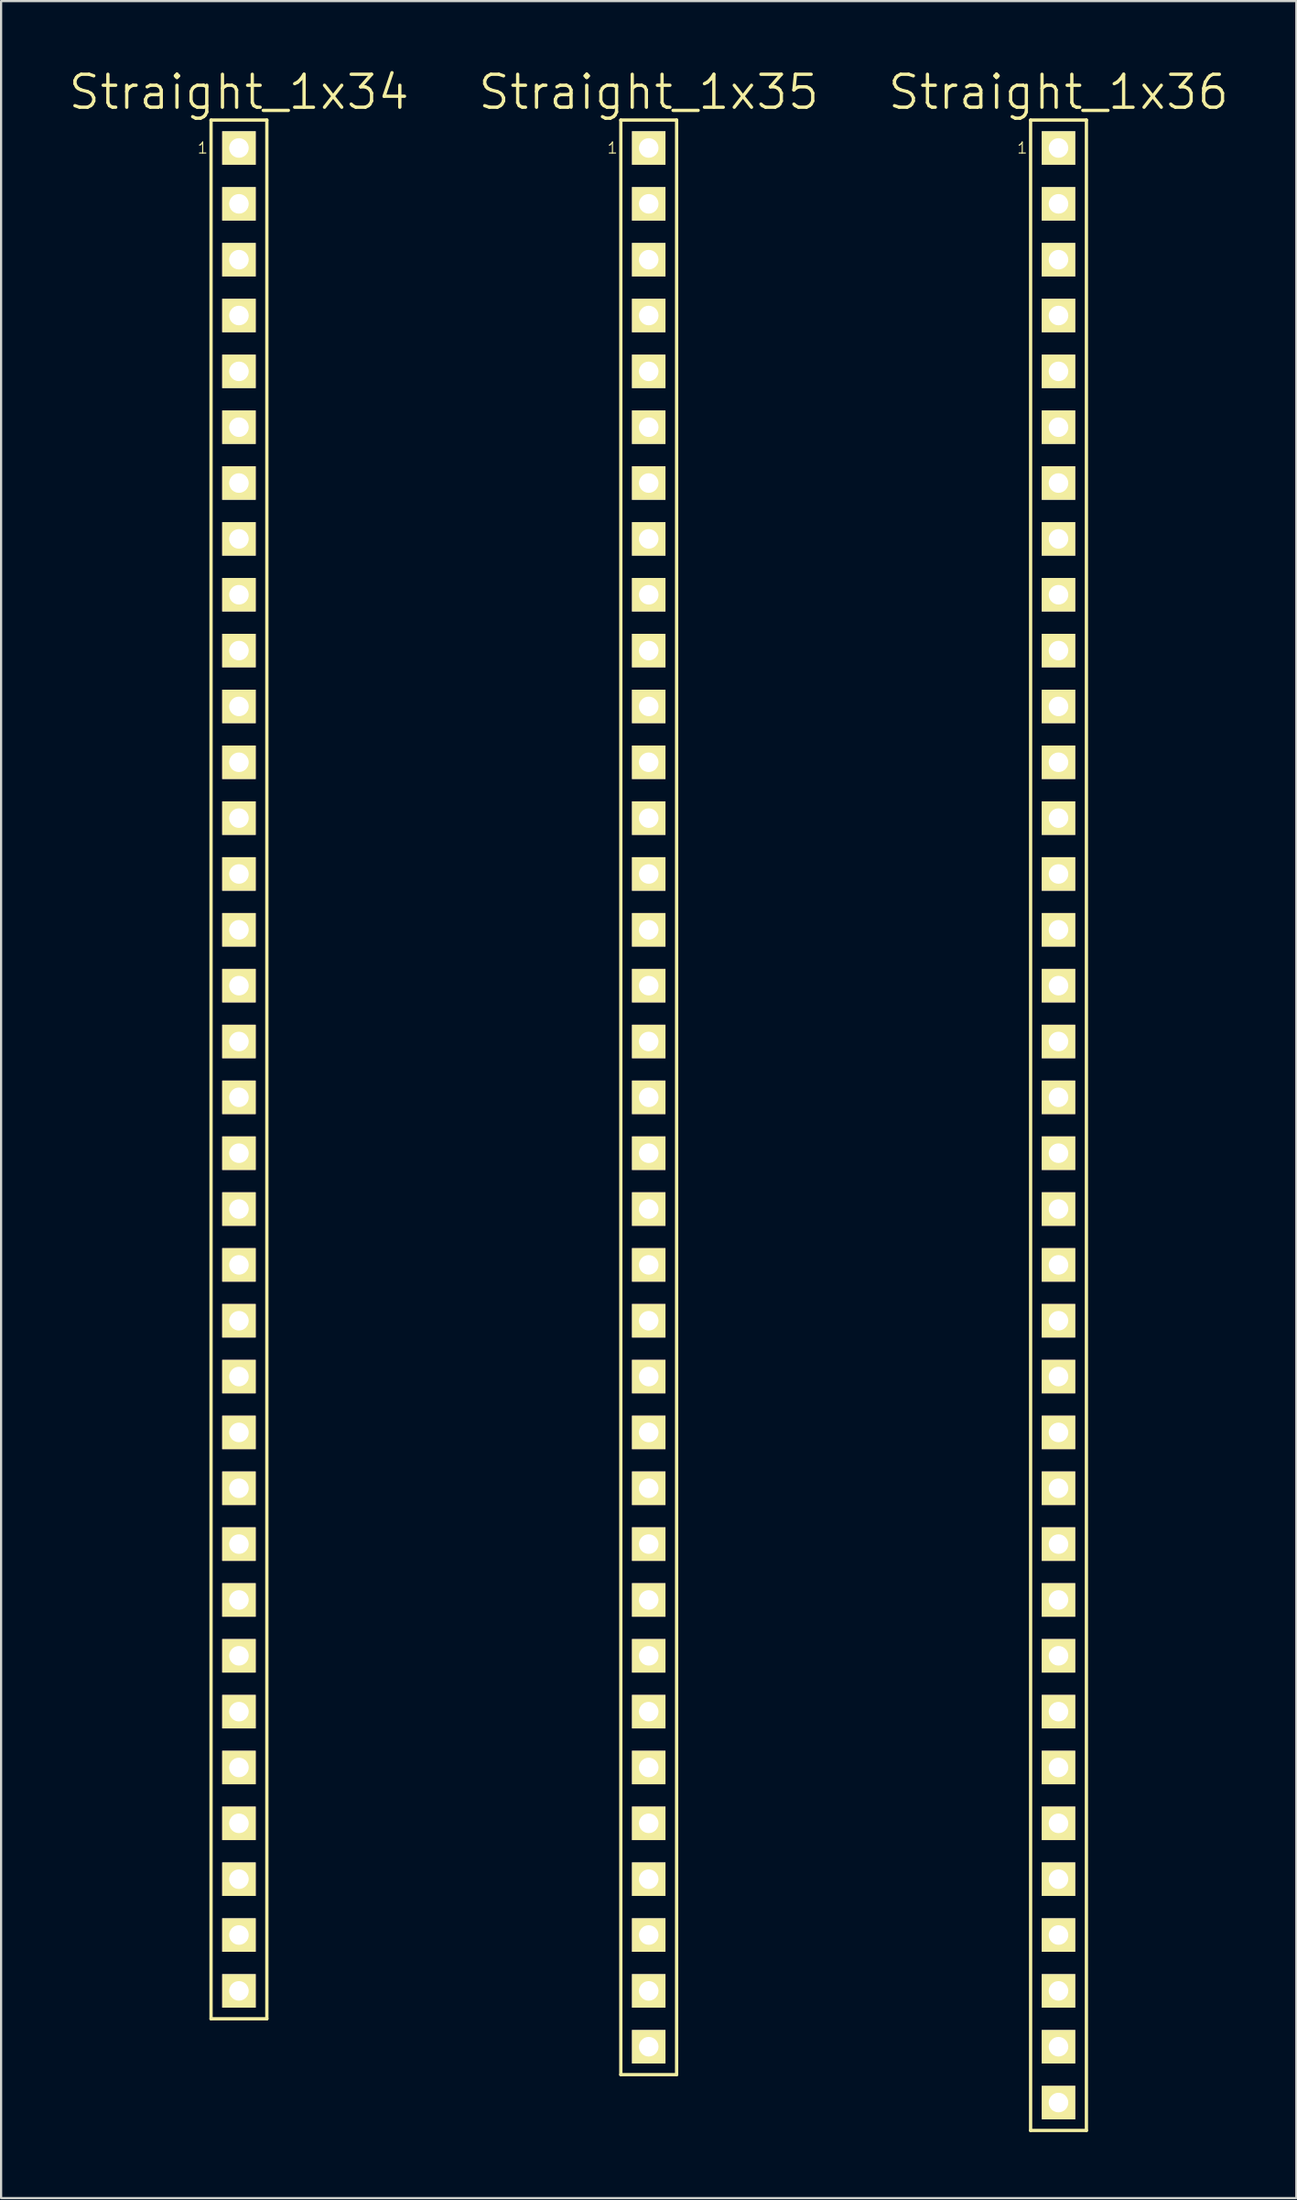
<source format=kicad_pcb>
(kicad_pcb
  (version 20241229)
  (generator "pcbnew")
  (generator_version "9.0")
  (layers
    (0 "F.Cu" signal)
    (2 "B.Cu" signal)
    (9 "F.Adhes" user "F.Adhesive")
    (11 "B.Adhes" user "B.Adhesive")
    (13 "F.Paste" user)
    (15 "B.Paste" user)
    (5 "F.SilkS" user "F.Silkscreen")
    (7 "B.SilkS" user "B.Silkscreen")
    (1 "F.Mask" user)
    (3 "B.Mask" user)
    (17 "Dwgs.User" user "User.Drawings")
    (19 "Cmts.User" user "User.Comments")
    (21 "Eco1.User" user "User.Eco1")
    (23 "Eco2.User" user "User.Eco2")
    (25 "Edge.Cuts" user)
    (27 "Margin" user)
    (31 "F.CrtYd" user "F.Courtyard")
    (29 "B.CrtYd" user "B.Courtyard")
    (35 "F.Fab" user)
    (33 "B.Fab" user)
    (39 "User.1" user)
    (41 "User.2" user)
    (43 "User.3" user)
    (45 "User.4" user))
  (footprint "Straight_1x35"
    (layer "F.Cu")
    (at 26.475 46.861)
    (property "Reference" "Straight_1x35" (at 0 -45.72 0) (layer "F.SilkS") (effects (font (size 1.5 1.5) (thickness 0.15))))
    (attr through_hole)
    (fp_line (start -1.27 -44.45) (end 1.27 -44.45) (stroke (width 0.15) (type solid)) (layer "F.SilkS"))
    (fp_line (start -1.27 44.45) (end -1.27 -44.45) (stroke (width 0.15) (type solid)) (layer "F.SilkS"))
    (fp_line (start 1.27 -44.45) (end 1.27 44.45) (stroke (width 0.15) (type solid)) (layer "F.SilkS"))
    (fp_line (start 1.27 44.45) (end -1.27 44.45) (stroke (width 0.15) (type solid)) (layer "F.SilkS"))
    (fp_text user "1" (at -1.651 -43.18 0) (layer "F.SilkS") (effects (font (size 0.5 0.5) (thickness 0.05))))
    (pad "1" thru_hole rect (at 0 -43.18) (size 1.524 1.524) (drill 0.889) (layers "*.Cu" "*.Mask" "F.SilkS"))
    (pad "2" thru_hole rect (at 0 -40.64) (size 1.524 1.524) (drill 0.889) (layers "*.Cu" "*.Mask" "F.SilkS"))
    (pad "3" thru_hole rect (at 0 -38.1) (size 1.524 1.524) (drill 0.889) (layers "*.Cu" "*.Mask" "F.SilkS"))
    (pad "4" thru_hole rect (at 0 -35.56) (size 1.524 1.524) (drill 0.889) (layers "*.Cu" "*.Mask" "F.SilkS"))
    (pad "5" thru_hole rect (at 0 -33.02) (size 1.524 1.524) (drill 0.889) (layers "*.Cu" "*.Mask" "F.SilkS"))
    (pad "6" thru_hole rect (at 0 -30.48) (size 1.524 1.524) (drill 0.889) (layers "*.Cu" "*.Mask" "F.SilkS"))
    (pad "7" thru_hole rect (at 0 -27.94) (size 1.524 1.524) (drill 0.889) (layers "*.Cu" "*.Mask" "F.SilkS"))
    (pad "8" thru_hole rect (at 0 -25.4) (size 1.524 1.524) (drill 0.889) (layers "*.Cu" "*.Mask" "F.SilkS"))
    (pad "9" thru_hole rect (at 0 -22.86) (size 1.524 1.524) (drill 0.889) (layers "*.Cu" "*.Mask" "F.SilkS"))
    (pad "10" thru_hole rect (at 0 -20.32) (size 1.524 1.524) (drill 0.889) (layers "*.Cu" "*.Mask" "F.SilkS"))
    (pad "11" thru_hole rect (at 0 -17.78) (size 1.524 1.524) (drill 0.889) (layers "*.Cu" "*.Mask" "F.SilkS"))
    (pad "12" thru_hole rect (at 0 -15.24) (size 1.524 1.524) (drill 0.889) (layers "*.Cu" "*.Mask" "F.SilkS"))
    (pad "13" thru_hole rect (at 0 -12.7) (size 1.524 1.524) (drill 0.889) (layers "*.Cu" "*.Mask" "F.SilkS"))
    (pad "14" thru_hole rect (at 0 -10.16) (size 1.524 1.524) (drill 0.889) (layers "*.Cu" "*.Mask" "F.SilkS"))
    (pad "15" thru_hole rect (at 0 -7.62) (size 1.524 1.524) (drill 0.889) (layers "*.Cu" "*.Mask" "F.SilkS"))
    (pad "16" thru_hole rect (at 0 -5.08) (size 1.524 1.524) (drill 0.889) (layers "*.Cu" "*.Mask" "F.SilkS"))
    (pad "17" thru_hole rect (at 0 -2.54) (size 1.524 1.524) (drill 0.889) (layers "*.Cu" "*.Mask" "F.SilkS"))
    (pad "18" thru_hole rect (at 0 0) (size 1.524 1.524) (drill 0.889) (layers "*.Cu" "*.Mask" "F.SilkS"))
    (pad "19" thru_hole rect (at 0 2.54) (size 1.524 1.524) (drill 0.889) (layers "*.Cu" "*.Mask" "F.SilkS"))
    (pad "20" thru_hole rect (at 0 5.08) (size 1.524 1.524) (drill 0.889) (layers "*.Cu" "*.Mask" "F.SilkS"))
    (pad "21" thru_hole rect (at 0 7.62) (size 1.524 1.524) (drill 0.889) (layers "*.Cu" "*.Mask" "F.SilkS"))
    (pad "22" thru_hole rect (at 0 10.16) (size 1.524 1.524) (drill 0.889) (layers "*.Cu" "*.Mask" "F.SilkS"))
    (pad "23" thru_hole rect (at 0 12.7) (size 1.524 1.524) (drill 0.889) (layers "*.Cu" "*.Mask" "F.SilkS"))
    (pad "24" thru_hole rect (at 0 15.24) (size 1.524 1.524) (drill 0.889) (layers "*.Cu" "*.Mask" "F.SilkS"))
    (pad "25" thru_hole rect (at 0 17.78) (size 1.524 1.524) (drill 0.889) (layers "*.Cu" "*.Mask" "F.SilkS"))
    (pad "26" thru_hole rect (at 0 20.32) (size 1.524 1.524) (drill 0.889) (layers "*.Cu" "*.Mask" "F.SilkS"))
    (pad "27" thru_hole rect (at 0 22.86) (size 1.524 1.524) (drill 0.889) (layers "*.Cu" "*.Mask" "F.SilkS"))
    (pad "28" thru_hole rect (at 0 25.4) (size 1.524 1.524) (drill 0.889) (layers "*.Cu" "*.Mask" "F.SilkS"))
    (pad "29" thru_hole rect (at 0 27.94) (size 1.524 1.524) (drill 0.889) (layers "*.Cu" "*.Mask" "F.SilkS"))
    (pad "30" thru_hole rect (at 0 30.48) (size 1.524 1.524) (drill 0.889) (layers "*.Cu" "*.Mask" "F.SilkS"))
    (pad "31" thru_hole rect (at 0 33.02) (size 1.524 1.524) (drill 0.889) (layers "*.Cu" "*.Mask" "F.SilkS"))
    (pad "32" thru_hole rect (at 0 35.56) (size 1.524 1.524) (drill 0.889) (layers "*.Cu" "*.Mask" "F.SilkS"))
    (pad "33" thru_hole rect (at 0 38.1) (size 1.524 1.524) (drill 0.889) (layers "*.Cu" "*.Mask" "F.SilkS"))
    (pad "34" thru_hole rect (at 0 40.64) (size 1.524 1.524) (drill 0.889) (layers "*.Cu" "*.Mask" "F.SilkS"))
    (pad "35" thru_hole rect (at 0 43.18) (size 1.524 1.524) (drill 0.889) (layers "*.Cu" "*.Mask" "F.SilkS")))
  (footprint "Straight_1x36"
    (layer "F.Cu")
    (at 45.125 48.131)
    (property "Reference" "Straight_1x36" (at 0 -46.99 0) (layer "F.SilkS") (effects (font (size 1.5 1.5) (thickness 0.15))))
    (attr through_hole)
    (fp_line (start -1.27 -45.72) (end 1.27 -45.72) (stroke (width 0.15) (type solid)) (layer "F.SilkS"))
    (fp_line (start -1.27 45.72) (end -1.27 -45.72) (stroke (width 0.15) (type solid)) (layer "F.SilkS"))
    (fp_line (start 1.27 -45.72) (end 1.27 45.72) (stroke (width 0.15) (type solid)) (layer "F.SilkS"))
    (fp_line (start 1.27 45.72) (end -1.27 45.72) (stroke (width 0.15) (type solid)) (layer "F.SilkS"))
    (fp_text user "1" (at -1.651 -44.45 0) (layer "F.SilkS") (effects (font (size 0.5 0.5) (thickness 0.05))))
    (pad "1" thru_hole rect (at 0 -44.45) (size 1.524 1.524) (drill 0.889) (layers "*.Cu" "*.Mask" "F.SilkS"))
    (pad "2" thru_hole rect (at 0 -41.91) (size 1.524 1.524) (drill 0.889) (layers "*.Cu" "*.Mask" "F.SilkS"))
    (pad "3" thru_hole rect (at 0 -39.37) (size 1.524 1.524) (drill 0.889) (layers "*.Cu" "*.Mask" "F.SilkS"))
    (pad "4" thru_hole rect (at 0 -36.83) (size 1.524 1.524) (drill 0.889) (layers "*.Cu" "*.Mask" "F.SilkS"))
    (pad "5" thru_hole rect (at 0 -34.29) (size 1.524 1.524) (drill 0.889) (layers "*.Cu" "*.Mask" "F.SilkS"))
    (pad "6" thru_hole rect (at 0 -31.75) (size 1.524 1.524) (drill 0.889) (layers "*.Cu" "*.Mask" "F.SilkS"))
    (pad "7" thru_hole rect (at 0 -29.21) (size 1.524 1.524) (drill 0.889) (layers "*.Cu" "*.Mask" "F.SilkS"))
    (pad "8" thru_hole rect (at 0 -26.67) (size 1.524 1.524) (drill 0.889) (layers "*.Cu" "*.Mask" "F.SilkS"))
    (pad "9" thru_hole rect (at 0 -24.13) (size 1.524 1.524) (drill 0.889) (layers "*.Cu" "*.Mask" "F.SilkS"))
    (pad "10" thru_hole rect (at 0 -21.59) (size 1.524 1.524) (drill 0.889) (layers "*.Cu" "*.Mask" "F.SilkS"))
    (pad "11" thru_hole rect (at 0 -19.05) (size 1.524 1.524) (drill 0.889) (layers "*.Cu" "*.Mask" "F.SilkS"))
    (pad "12" thru_hole rect (at 0 -16.51) (size 1.524 1.524) (drill 0.889) (layers "*.Cu" "*.Mask" "F.SilkS"))
    (pad "13" thru_hole rect (at 0 -13.97) (size 1.524 1.524) (drill 0.889) (layers "*.Cu" "*.Mask" "F.SilkS"))
    (pad "14" thru_hole rect (at 0 -11.43) (size 1.524 1.524) (drill 0.889) (layers "*.Cu" "*.Mask" "F.SilkS"))
    (pad "15" thru_hole rect (at 0 -8.89) (size 1.524 1.524) (drill 0.889) (layers "*.Cu" "*.Mask" "F.SilkS"))
    (pad "16" thru_hole rect (at 0 -6.35) (size 1.524 1.524) (drill 0.889) (layers "*.Cu" "*.Mask" "F.SilkS"))
    (pad "17" thru_hole rect (at 0 -3.81) (size 1.524 1.524) (drill 0.889) (layers "*.Cu" "*.Mask" "F.SilkS"))
    (pad "18" thru_hole rect (at 0 -1.27) (size 1.524 1.524) (drill 0.889) (layers "*.Cu" "*.Mask" "F.SilkS"))
    (pad "19" thru_hole rect (at 0 1.27) (size 1.524 1.524) (drill 0.889) (layers "*.Cu" "*.Mask" "F.SilkS"))
    (pad "20" thru_hole rect (at 0 3.81) (size 1.524 1.524) (drill 0.889) (layers "*.Cu" "*.Mask" "F.SilkS"))
    (pad "21" thru_hole rect (at 0 6.35) (size 1.524 1.524) (drill 0.889) (layers "*.Cu" "*.Mask" "F.SilkS"))
    (pad "22" thru_hole rect (at 0 8.89) (size 1.524 1.524) (drill 0.889) (layers "*.Cu" "*.Mask" "F.SilkS"))
    (pad "23" thru_hole rect (at 0 11.43) (size 1.524 1.524) (drill 0.889) (layers "*.Cu" "*.Mask" "F.SilkS"))
    (pad "24" thru_hole rect (at 0 13.97) (size 1.524 1.524) (drill 0.889) (layers "*.Cu" "*.Mask" "F.SilkS"))
    (pad "25" thru_hole rect (at 0 16.51) (size 1.524 1.524) (drill 0.889) (layers "*.Cu" "*.Mask" "F.SilkS"))
    (pad "26" thru_hole rect (at 0 19.05) (size 1.524 1.524) (drill 0.889) (layers "*.Cu" "*.Mask" "F.SilkS"))
    (pad "27" thru_hole rect (at 0 21.59) (size 1.524 1.524) (drill 0.889) (layers "*.Cu" "*.Mask" "F.SilkS"))
    (pad "28" thru_hole rect (at 0 24.13) (size 1.524 1.524) (drill 0.889) (layers "*.Cu" "*.Mask" "F.SilkS"))
    (pad "29" thru_hole rect (at 0 26.67) (size 1.524 1.524) (drill 0.889) (layers "*.Cu" "*.Mask" "F.SilkS"))
    (pad "30" thru_hole rect (at 0 29.21) (size 1.524 1.524) (drill 0.889) (layers "*.Cu" "*.Mask" "F.SilkS"))
    (pad "31" thru_hole rect (at 0 31.75) (size 1.524 1.524) (drill 0.889) (layers "*.Cu" "*.Mask" "F.SilkS"))
    (pad "32" thru_hole rect (at 0 34.29) (size 1.524 1.524) (drill 0.889) (layers "*.Cu" "*.Mask" "F.SilkS"))
    (pad "33" thru_hole rect (at 0 36.83) (size 1.524 1.524) (drill 0.889) (layers "*.Cu" "*.Mask" "F.SilkS"))
    (pad "34" thru_hole rect (at 0 39.37) (size 1.524 1.524) (drill 0.889) (layers "*.Cu" "*.Mask" "F.SilkS"))
    (pad "35" thru_hole rect (at 0 41.91) (size 1.524 1.524) (drill 0.889) (layers "*.Cu" "*.Mask" "F.SilkS"))
    (pad "36" thru_hole rect (at 0 44.45) (size 1.524 1.524) (drill 0.889) (layers "*.Cu" "*.Mask" "F.SilkS")))
  (footprint "Straight_1x34"
    (layer "F.Cu")
    (at 7.825 45.591)
    (property "Reference" "Straight_1x34" (at 0 -44.45 0) (layer "F.SilkS") (effects (font (size 1.5 1.5) (thickness 0.15))))
    (attr through_hole)
    (fp_line (start -1.27 -43.18) (end 1.27 -43.18) (stroke (width 0.15) (type solid)) (layer "F.SilkS"))
    (fp_line (start -1.27 43.18) (end -1.27 -43.18) (stroke (width 0.15) (type solid)) (layer "F.SilkS"))
    (fp_line (start 1.27 -43.18) (end 1.27 43.18) (stroke (width 0.15) (type solid)) (layer "F.SilkS"))
    (fp_line (start 1.27 43.18) (end -1.27 43.18) (stroke (width 0.15) (type solid)) (layer "F.SilkS"))
    (fp_text user "1" (at -1.651 -41.91 0) (layer "F.SilkS") (effects (font (size 0.5 0.5) (thickness 0.05))))
    (pad "1" thru_hole rect (at 0 -41.91) (size 1.524 1.524) (drill 0.889) (layers "*.Cu" "*.Mask" "F.SilkS"))
    (pad "2" thru_hole rect (at 0 -39.37) (size 1.524 1.524) (drill 0.889) (layers "*.Cu" "*.Mask" "F.SilkS"))
    (pad "3" thru_hole rect (at 0 -36.83) (size 1.524 1.524) (drill 0.889) (layers "*.Cu" "*.Mask" "F.SilkS"))
    (pad "4" thru_hole rect (at 0 -34.29) (size 1.524 1.524) (drill 0.889) (layers "*.Cu" "*.Mask" "F.SilkS"))
    (pad "5" thru_hole rect (at 0 -31.75) (size 1.524 1.524) (drill 0.889) (layers "*.Cu" "*.Mask" "F.SilkS"))
    (pad "6" thru_hole rect (at 0 -29.21) (size 1.524 1.524) (drill 0.889) (layers "*.Cu" "*.Mask" "F.SilkS"))
    (pad "7" thru_hole rect (at 0 -26.67) (size 1.524 1.524) (drill 0.889) (layers "*.Cu" "*.Mask" "F.SilkS"))
    (pad "8" thru_hole rect (at 0 -24.13) (size 1.524 1.524) (drill 0.889) (layers "*.Cu" "*.Mask" "F.SilkS"))
    (pad "9" thru_hole rect (at 0 -21.59) (size 1.524 1.524) (drill 0.889) (layers "*.Cu" "*.Mask" "F.SilkS"))
    (pad "10" thru_hole rect (at 0 -19.05) (size 1.524 1.524) (drill 0.889) (layers "*.Cu" "*.Mask" "F.SilkS"))
    (pad "11" thru_hole rect (at 0 -16.51) (size 1.524 1.524) (drill 0.889) (layers "*.Cu" "*.Mask" "F.SilkS"))
    (pad "12" thru_hole rect (at 0 -13.97) (size 1.524 1.524) (drill 0.889) (layers "*.Cu" "*.Mask" "F.SilkS"))
    (pad "13" thru_hole rect (at 0 -11.43) (size 1.524 1.524) (drill 0.889) (layers "*.Cu" "*.Mask" "F.SilkS"))
    (pad "14" thru_hole rect (at 0 -8.89) (size 1.524 1.524) (drill 0.889) (layers "*.Cu" "*.Mask" "F.SilkS"))
    (pad "15" thru_hole rect (at 0 -6.35) (size 1.524 1.524) (drill 0.889) (layers "*.Cu" "*.Mask" "F.SilkS"))
    (pad "16" thru_hole rect (at 0 -3.81) (size 1.524 1.524) (drill 0.889) (layers "*.Cu" "*.Mask" "F.SilkS"))
    (pad "17" thru_hole rect (at 0 -1.27) (size 1.524 1.524) (drill 0.889) (layers "*.Cu" "*.Mask" "F.SilkS"))
    (pad "18" thru_hole rect (at 0 1.27) (size 1.524 1.524) (drill 0.889) (layers "*.Cu" "*.Mask" "F.SilkS"))
    (pad "19" thru_hole rect (at 0 3.81) (size 1.524 1.524) (drill 0.889) (layers "*.Cu" "*.Mask" "F.SilkS"))
    (pad "20" thru_hole rect (at 0 6.35) (size 1.524 1.524) (drill 0.889) (layers "*.Cu" "*.Mask" "F.SilkS"))
    (pad "21" thru_hole rect (at 0 8.89) (size 1.524 1.524) (drill 0.889) (layers "*.Cu" "*.Mask" "F.SilkS"))
    (pad "22" thru_hole rect (at 0 11.43) (size 1.524 1.524) (drill 0.889) (layers "*.Cu" "*.Mask" "F.SilkS"))
    (pad "23" thru_hole rect (at 0 13.97) (size 1.524 1.524) (drill 0.889) (layers "*.Cu" "*.Mask" "F.SilkS"))
    (pad "24" thru_hole rect (at 0 16.51) (size 1.524 1.524) (drill 0.889) (layers "*.Cu" "*.Mask" "F.SilkS"))
    (pad "25" thru_hole rect (at 0 19.05) (size 1.524 1.524) (drill 0.889) (layers "*.Cu" "*.Mask" "F.SilkS"))
    (pad "26" thru_hole rect (at 0 21.59) (size 1.524 1.524) (drill 0.889) (layers "*.Cu" "*.Mask" "F.SilkS"))
    (pad "27" thru_hole rect (at 0 24.13) (size 1.524 1.524) (drill 0.889) (layers "*.Cu" "*.Mask" "F.SilkS"))
    (pad "28" thru_hole rect (at 0 26.67) (size 1.524 1.524) (drill 0.889) (layers "*.Cu" "*.Mask" "F.SilkS"))
    (pad "29" thru_hole rect (at 0 29.21) (size 1.524 1.524) (drill 0.889) (layers "*.Cu" "*.Mask" "F.SilkS"))
    (pad "30" thru_hole rect (at 0 31.75) (size 1.524 1.524) (drill 0.889) (layers "*.Cu" "*.Mask" "F.SilkS"))
    (pad "31" thru_hole rect (at 0 34.29) (size 1.524 1.524) (drill 0.889) (layers "*.Cu" "*.Mask" "F.SilkS"))
    (pad "32" thru_hole rect (at 0 36.83) (size 1.524 1.524) (drill 0.889) (layers "*.Cu" "*.Mask" "F.SilkS"))
    (pad "33" thru_hole rect (at 0 39.37) (size 1.524 1.524) (drill 0.889) (layers "*.Cu" "*.Mask" "F.SilkS"))
    (pad "34" thru_hole rect (at 0 41.91) (size 1.524 1.524) (drill 0.889) (layers "*.Cu" "*.Mask" "F.SilkS")))
  (gr_rect
    (start -3 -3)
    (end 55.95 96.926)
    (stroke (width 0.1) (type default))
    (fill no)
    (layer "Edge.Cuts")))
</source>
